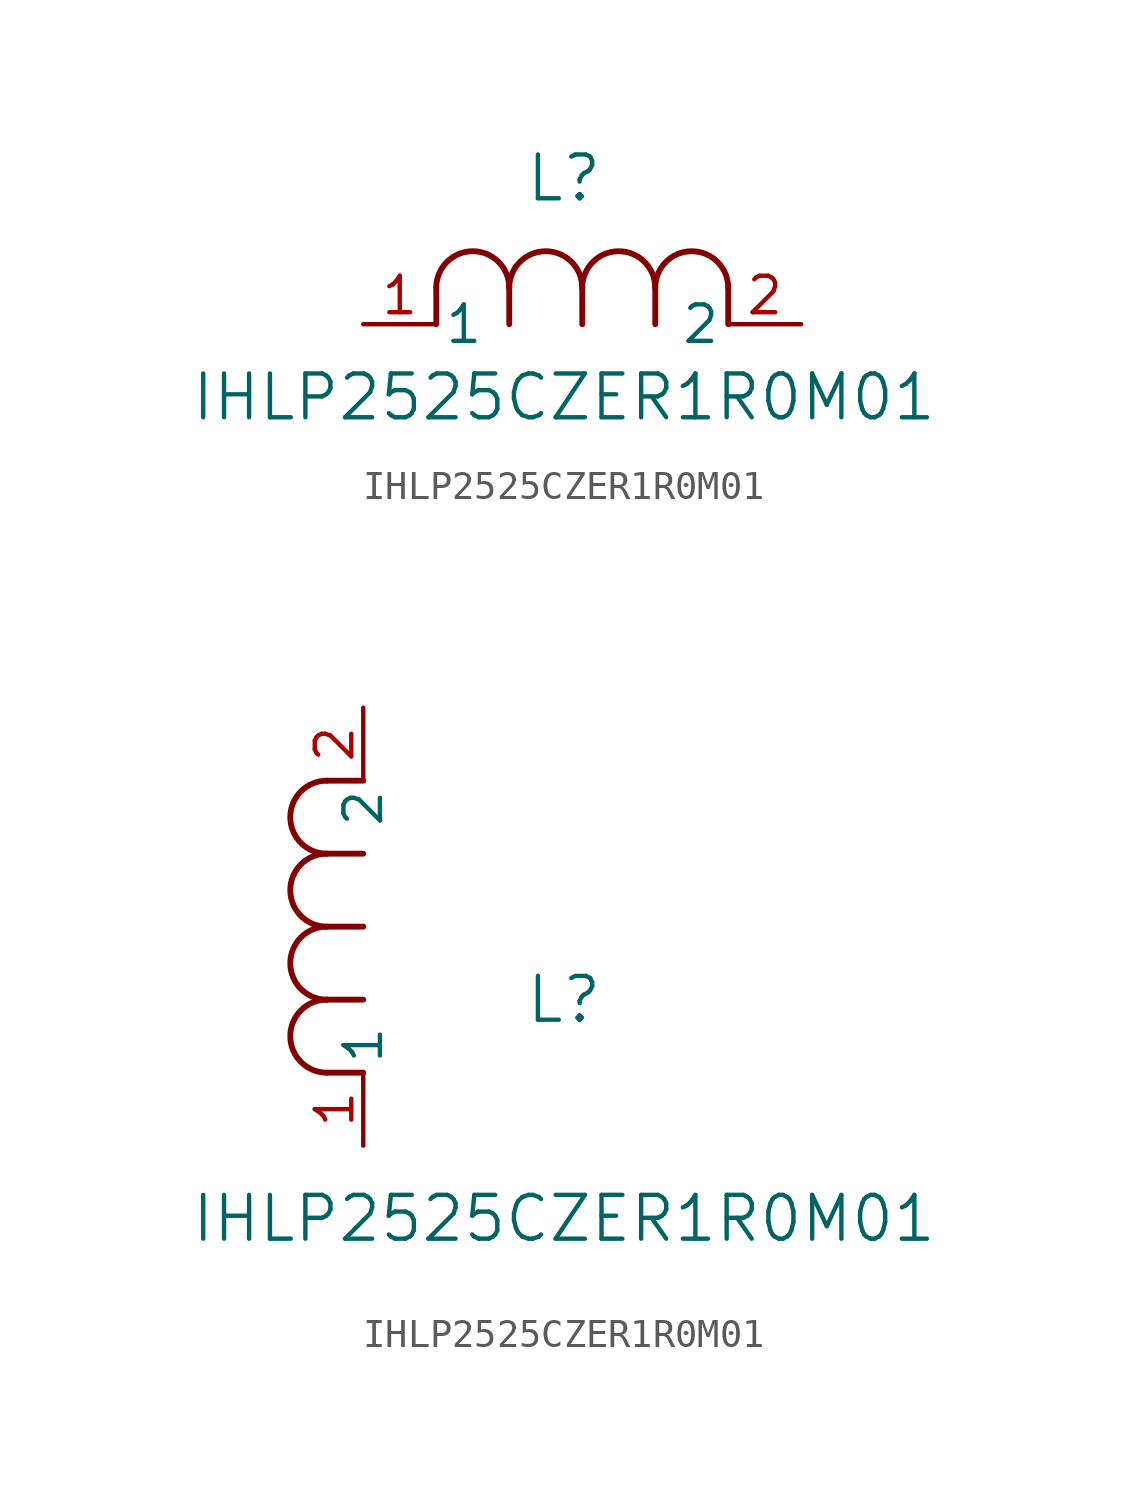
<source format=kicad_sym>
(kicad_symbol_lib
  (version 20211014)
  (generator kicad_symbol_editor)
  (symbol "IHLP2525CZER1R0M01"
    (pin_names
      (offset 0.254))
    (property "Reference" "L"
      (at 6.985 5.08 0)
      (effects (font (size 1.524 1.524))))
    (property "Value" "IHLP2525CZER1R0M01"
      (at 6.985 -2.54 0)
      (effects (font (size 1.524 1.524))))
    (symbol "IHLP2525CZER1R0M01_1_1"
      (arc (start 7.62 1.27) (mid 6.35 2.54) (end 5.08 1.27) (stroke (width 0.2032) (type default) (color 0 0 0 0)) (fill (type none)))
      (polyline (pts (xy 5.08 0) (xy 5.08 1.27)) (stroke (width 0.203) (type default) (color 0 0 0 0)) (fill (type none)))
      (polyline (pts (xy 7.62 0) (xy 7.62 1.27)) (stroke (width 0.203) (type default) (color 0 0 0 0)) (fill (type none)))
      (polyline (pts (xy 12.7 0) (xy 12.7 1.27)) (stroke (width 0.203) (type default) (color 0 0 0 0)) (fill (type none)))
      (arc (start 5.08 1.27) (mid 3.81 2.54) (end 2.54 1.27) (stroke (width 0.2032) (type default) (color 0 0 0 0)) (fill (type none)))
      (arc (start 10.16 1.27) (mid 8.89 2.54) (end 7.62 1.27) (stroke (width 0.2032) (type default) (color 0 0 0 0)) (fill (type none)))
      (arc (start 12.7 1.27) (mid 11.43 2.54) (end 10.16 1.27) (stroke (width 0.2032) (type default) (color 0 0 0 0)) (fill (type none)))
      (polyline (pts (xy 2.54 0) (xy 2.54 1.27)) (stroke (width 0.203) (type default) (color 0 0 0 0)) (fill (type none)))
      (polyline (pts (xy 10.16 0) (xy 10.16 1.27)) (stroke (width 0.203) (type default) (color 0 0 0 0)) (fill (type none)))
      (pin unspecified line (at 0 0 0) (length 2.54) (name "1" (effects (font (size 1.27 1.27)))) (number "1" (effects (font (size 1.27 1.27)))))
      (pin unspecified line (at 15.24 0 180) (length 2.54) (name "2" (effects (font (size 1.27 1.27)))) (number "2" (effects (font (size 1.27 1.27))))))
    (symbol "IHLP2525CZER1R0M01_1_2"
      (arc (start -1.27 7.62) (mid -2.54 6.35) (end -1.27 5.08) (stroke (width 0.2032) (type default) (color 0 0 0 0)) (fill (type none)))
      (arc (start -1.27 5.08) (mid -2.54 3.81) (end -1.27 2.54) (stroke (width 0.2032) (type default) (color 0 0 0 0)) (fill (type none)))
      (arc (start -1.27 12.7) (mid -2.54 11.43) (end -1.27 10.16) (stroke (width 0.2032) (type default) (color 0 0 0 0)) (fill (type none)))
      (arc (start -1.27 10.16) (mid -2.54 8.89) (end -1.27 7.62) (stroke (width 0.2032) (type default) (color 0 0 0 0)) (fill (type none)))
      (polyline (pts (xy 0 7.62) (xy -1.27 7.62)) (stroke (width 0.203) (type default) (color 0 0 0 0)) (fill (type none)))
      (polyline (pts (xy 0 5.08) (xy -1.27 5.08)) (stroke (width 0.203) (type default) (color 0 0 0 0)) (fill (type none)))
      (polyline (pts (xy 0 12.7) (xy -1.27 12.7)) (stroke (width 0.203) (type default) (color 0 0 0 0)) (fill (type none)))
      (polyline (pts (xy 0 2.54) (xy -1.27 2.54)) (stroke (width 0.203) (type default) (color 0 0 0 0)) (fill (type none)))
      (polyline (pts (xy 0 10.16) (xy -1.27 10.16)) (stroke (width 0.203) (type default) (color 0 0 0 0)) (fill (type none)))
      (pin unspecified line (at 0 0 90) (length 2.54) (name "1" (effects (font (size 1.27 1.27)))) (number "1" (effects (font (size 1.27 1.27)))))
      (pin unspecified line (at 0 15.24 270) (length 2.54) (name "2" (effects (font (size 1.27 1.27)))) (number "2" (effects (font (size 1.27 1.27))))))))
</source>
